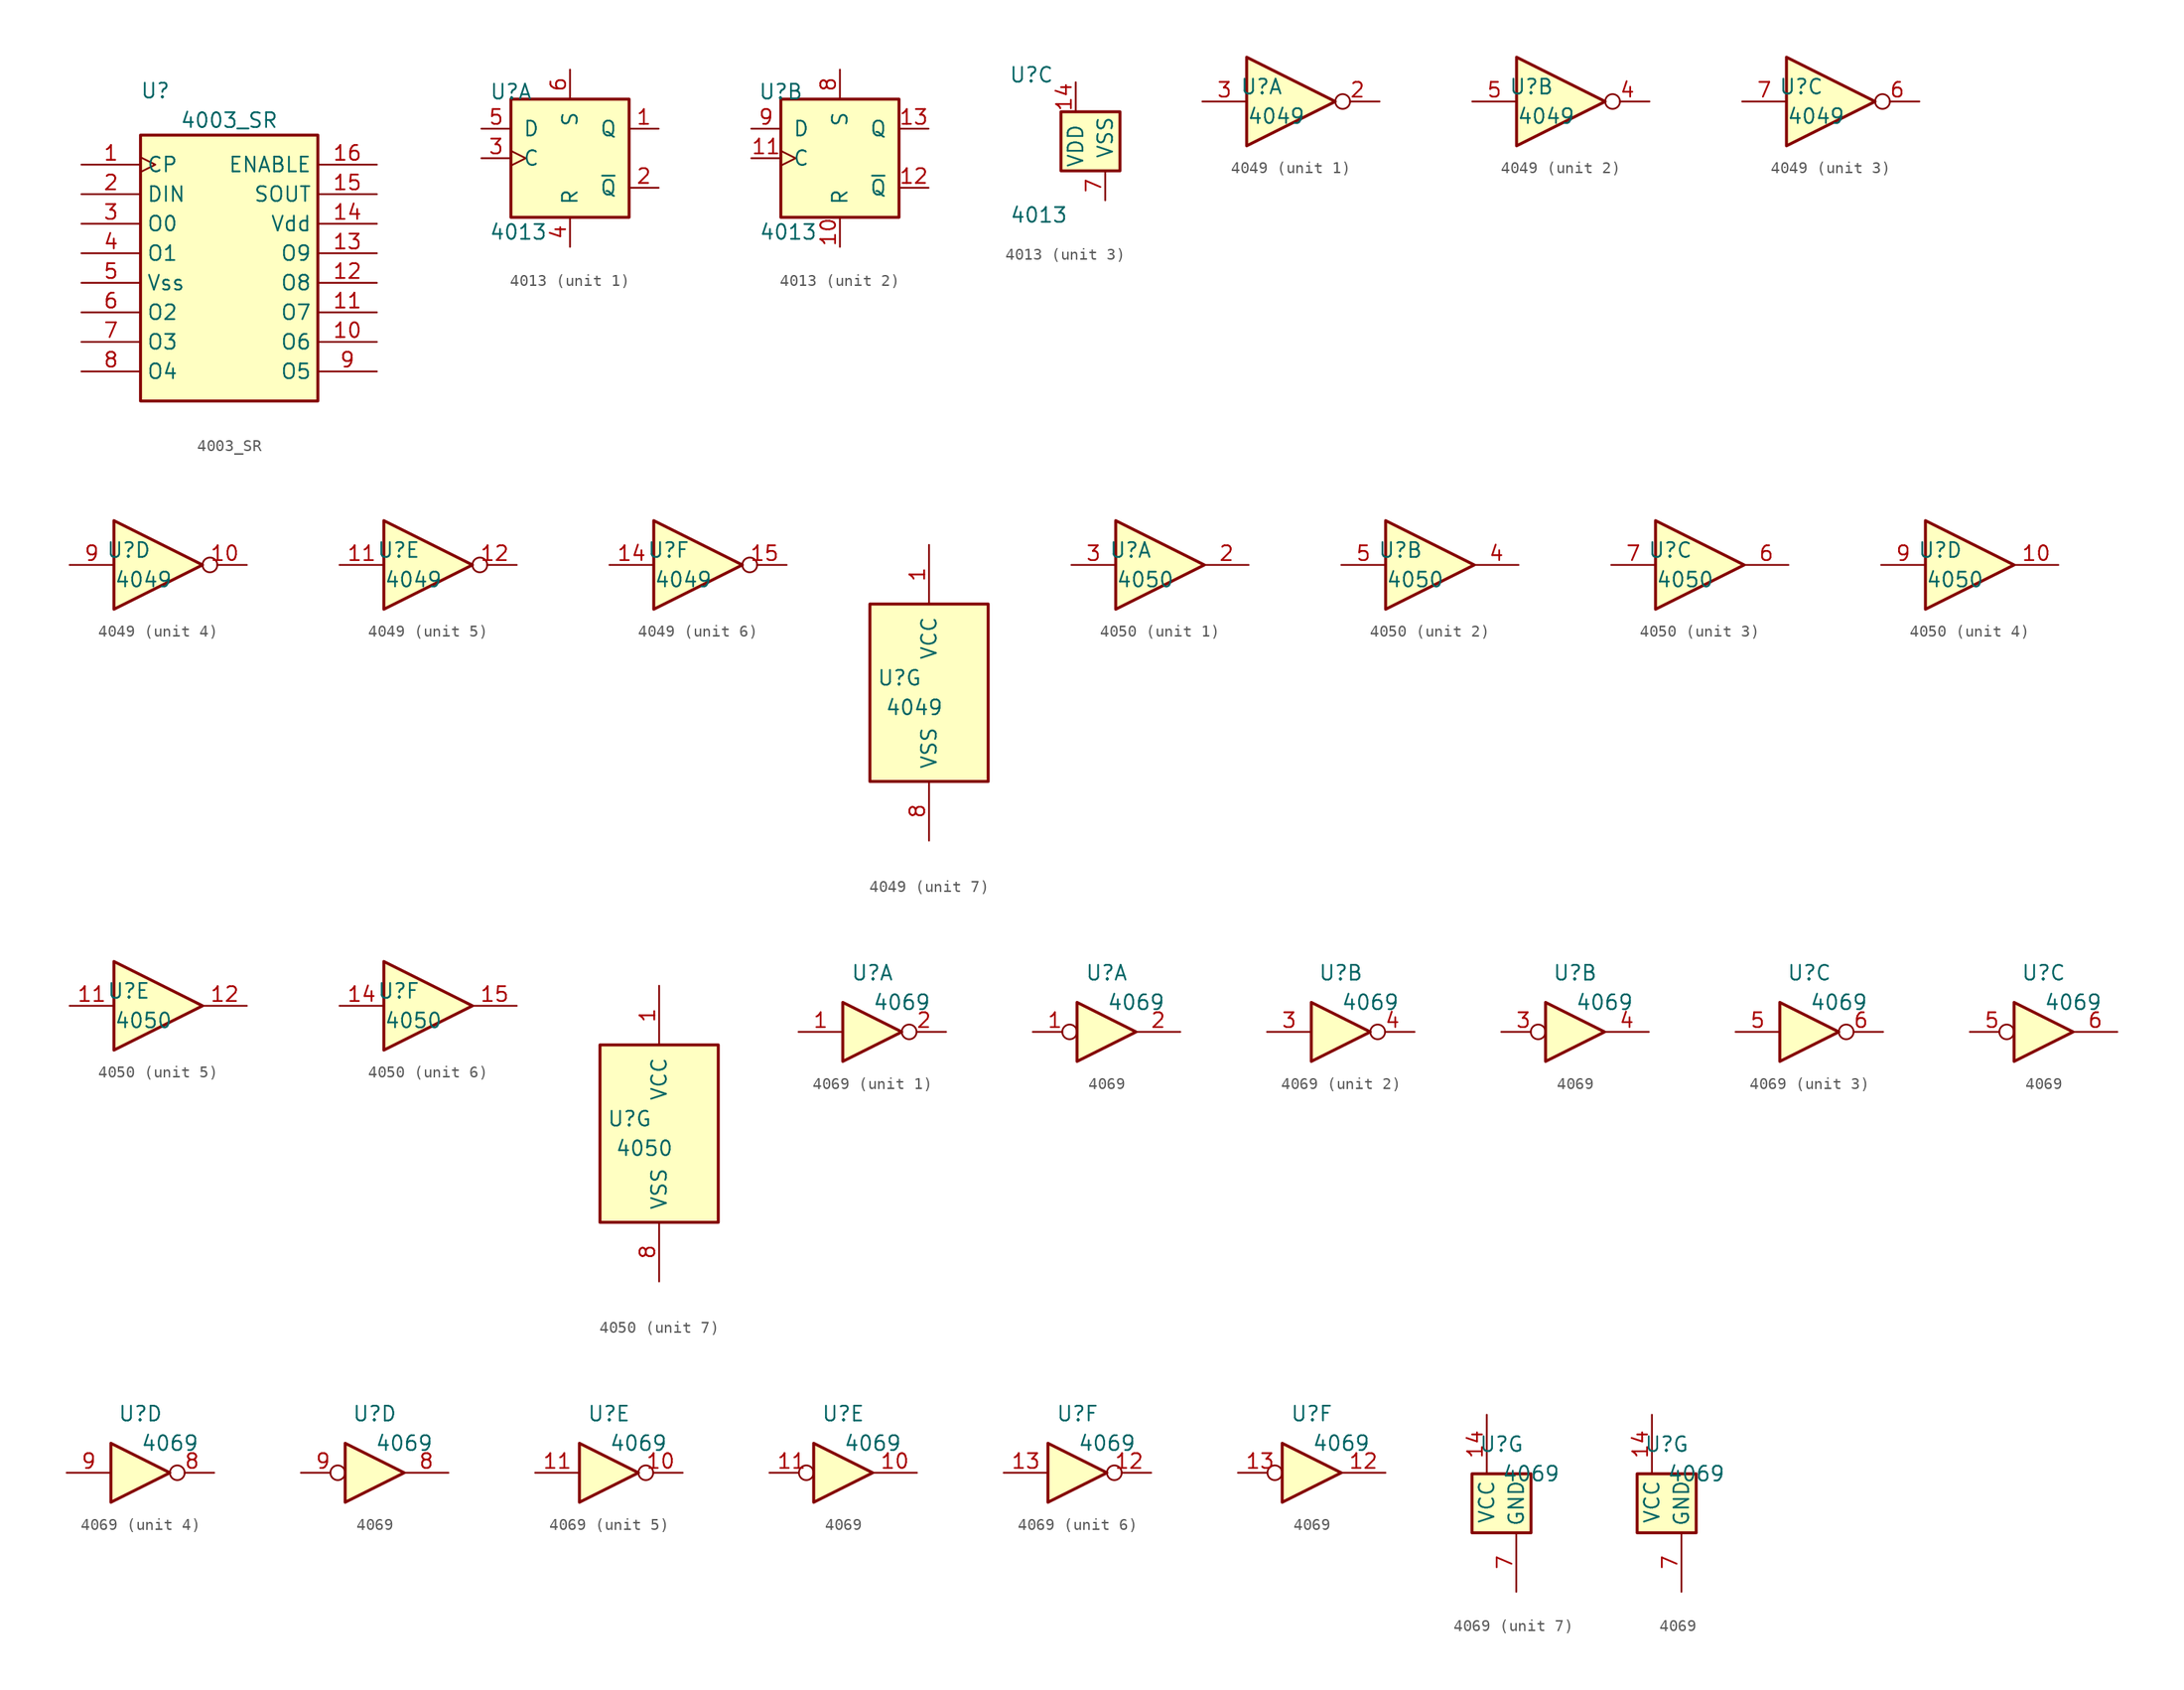
<source format=kicad_sym>
(kicad_symbol_lib
  (version 20220914)
  (generator kicad_symbol_editor)
  (symbol "4003_SR"
    (property "Reference" "U"
      (at -6.35 13.97 0)
      (effects (font (size 1.27 1.27))))
    (property "Value" "4003_SR"
      (at 0 11.43 0)
      (effects (font (size 1.27 1.27))))
    (symbol "4003_SR_1_0"
      (pin input clock (at -12.7 7.62 0) (length 5.08) (name "CP" (effects (font (size 1.27 1.27)))) (number "1" (effects (font (size 1.27 1.27)))))
      (pin output line (at 12.7 -7.62 180) (length 5.08) (name "O6" (effects (font (size 1.27 1.27)))) (number "10" (effects (font (size 1.27 1.27)))))
      (pin output line (at 12.7 -5.08 180) (length 5.08) (name "O7" (effects (font (size 1.27 1.27)))) (number "11" (effects (font (size 1.27 1.27)))))
      (pin output line (at 12.7 -2.54 180) (length 5.08) (name "O8" (effects (font (size 1.27 1.27)))) (number "12" (effects (font (size 1.27 1.27)))))
      (pin output line (at 12.7 0 180) (length 5.08) (name "O9" (effects (font (size 1.27 1.27)))) (number "13" (effects (font (size 1.27 1.27)))))
      (pin power_in line (at 12.7 2.54 180) (length 5.08) (name "Vdd" (effects (font (size 1.27 1.27)))) (number "14" (effects (font (size 1.27 1.27)))))
      (pin output line (at 12.7 5.08 180) (length 5.08) (name "SOUT" (effects (font (size 1.27 1.27)))) (number "15" (effects (font (size 1.27 1.27)))))
      (pin input line (at 12.7 7.62 180) (length 5.08) (name "ENABLE" (effects (font (size 1.27 1.27)))) (number "16" (effects (font (size 1.27 1.27)))))
      (pin input line (at -12.7 5.08 0) (length 5.08) (name "DIN" (effects (font (size 1.27 1.27)))) (number "2" (effects (font (size 1.27 1.27)))))
      (pin output line (at -12.7 2.54 0) (length 5.08) (name "O0" (effects (font (size 1.27 1.27)))) (number "3" (effects (font (size 1.27 1.27)))))
      (pin output line (at -12.7 0 0) (length 5.08) (name "O1" (effects (font (size 1.27 1.27)))) (number "4" (effects (font (size 1.27 1.27)))))
      (pin power_in line (at -12.7 -2.54 0) (length 5.08) (name "Vss" (effects (font (size 1.27 1.27)))) (number "5" (effects (font (size 1.27 1.27)))))
      (pin output line (at -12.7 -5.08 0) (length 5.08) (name "O2" (effects (font (size 1.27 1.27)))) (number "6" (effects (font (size 1.27 1.27)))))
      (pin output line (at -12.7 -7.62 0) (length 5.08) (name "O3" (effects (font (size 1.27 1.27)))) (number "7" (effects (font (size 1.27 1.27)))))
      (pin output line (at -12.7 -10.16 0) (length 5.08) (name "O4" (effects (font (size 1.27 1.27)))) (number "8" (effects (font (size 1.27 1.27)))))
      (pin output line (at 12.7 -10.16 180) (length 5.08) (name "O5" (effects (font (size 1.27 1.27)))) (number "9" (effects (font (size 1.27 1.27))))))
    (symbol "4003_SR_1_1"
      (rectangle (start -7.62 10.16) (end 7.62 -12.7) (stroke (width 0.254) (type default)) (fill (type background)))))
  (symbol "4013"
    (pin_names
      (offset 1.016))
    (property "Reference" "U"
      (at -5.08 5.715 0)
      (effects (font (size 1.27 1.27))))
    (property "Value" "4013"
      (at -4.445 -6.35 0)
      (effects (font (size 1.27 1.27))))
    (property "ki_locked" ""
      (at 0 0 0)
      (effects (font (size 1.27 1.27))))
    (symbol "4013_1_1"
      (rectangle (start -5.08 5.08) (end 5.08 -5.08) (stroke (width 0.254) (type default)) (fill (type background)))
      (pin output line (at 7.62 2.54 180) (length 2.54) (name "Q" (effects (font (size 1.27 1.27)))) (number "1" (effects (font (size 1.27 1.27)))))
      (pin output line (at 7.62 -2.54 180) (length 2.54) (name "~{Q}" (effects (font (size 1.27 1.27)))) (number "2" (effects (font (size 1.27 1.27)))))
      (pin input clock (at -7.62 0 0) (length 2.54) (name "C" (effects (font (size 1.27 1.27)))) (number "3" (effects (font (size 1.27 1.27)))))
      (pin input line (at 0 -7.62 90) (length 2.54) (name "R" (effects (font (size 1.27 1.27)))) (number "4" (effects (font (size 1.27 1.27)))))
      (pin input line (at -7.62 2.54 0) (length 2.54) (name "D" (effects (font (size 1.27 1.27)))) (number "5" (effects (font (size 1.27 1.27)))))
      (pin input line (at 0 7.62 270) (length 2.54) (name "S" (effects (font (size 1.27 1.27)))) (number "6" (effects (font (size 1.27 1.27))))))
    (symbol "4013_2_1"
      (rectangle (start -5.08 5.08) (end 5.08 -5.08) (stroke (width 0.254) (type default)) (fill (type background)))
      (pin input line (at 0 -7.62 90) (length 2.54) (name "R" (effects (font (size 1.27 1.27)))) (number "10" (effects (font (size 1.27 1.27)))))
      (pin input clock (at -7.62 0 0) (length 2.54) (name "C" (effects (font (size 1.27 1.27)))) (number "11" (effects (font (size 1.27 1.27)))))
      (pin output line (at 7.62 -2.54 180) (length 2.54) (name "~{Q}" (effects (font (size 1.27 1.27)))) (number "12" (effects (font (size 1.27 1.27)))))
      (pin output line (at 7.62 2.54 180) (length 2.54) (name "Q" (effects (font (size 1.27 1.27)))) (number "13" (effects (font (size 1.27 1.27)))))
      (pin input line (at 0 7.62 270) (length 2.54) (name "S" (effects (font (size 1.27 1.27)))) (number "8" (effects (font (size 1.27 1.27)))))
      (pin input line (at -7.62 2.54 0) (length 2.54) (name "D" (effects (font (size 1.27 1.27)))) (number "9" (effects (font (size 1.27 1.27))))))
    (symbol "4013_3_0"
      (pin power_in line (at -1.27 5.08 270) (length 2.54) (name "VDD" (effects (font (size 1.27 1.27)))) (number "14" (effects (font (size 1.27 1.27)))))
      (pin power_in line (at 1.27 -5.08 90) (length 2.54) (name "VSS" (effects (font (size 1.27 1.27)))) (number "7" (effects (font (size 1.27 1.27))))))
    (symbol "4013_3_1"
      (rectangle (start -2.54 2.54) (end 2.54 -2.54) (stroke (width 0.254) (type default)) (fill (type background)))))
  (symbol "4049"
    (pin_names
      (offset 1.016))
    (property "Reference" "U"
      (at -2.54 1.27 0)
      (effects (font (size 1.27 1.27))))
    (property "Value" "4049"
      (at -1.27 -1.27 0)
      (effects (font (size 1.27 1.27))))
    (property "ki_locked" ""
      (at 0 0 0)
      (effects (font (size 1.27 1.27))))
    (symbol "4049_1_0"
      (polyline (pts (xy -3.81 3.81) (xy -3.81 -3.81) (xy 3.81 0) (xy -3.81 3.81)) (stroke (width 0.254) (type default)) (fill (type background)))
      (pin output inverted (at 7.62 0 180) (length 3.81) (name "~" (effects (font (size 1.27 1.27)))) (number "2" (effects (font (size 1.27 1.27)))))
      (pin input line (at -7.62 0 0) (length 3.81) (name "~" (effects (font (size 1.27 1.27)))) (number "3" (effects (font (size 1.27 1.27))))))
    (symbol "4049_2_0"
      (polyline (pts (xy -3.81 3.81) (xy -3.81 -3.81) (xy 3.81 0) (xy -3.81 3.81)) (stroke (width 0.254) (type default)) (fill (type background)))
      (pin output inverted (at 7.62 0 180) (length 3.81) (name "~" (effects (font (size 1.27 1.27)))) (number "4" (effects (font (size 1.27 1.27)))))
      (pin input line (at -7.62 0 0) (length 3.81) (name "~" (effects (font (size 1.27 1.27)))) (number "5" (effects (font (size 1.27 1.27))))))
    (symbol "4049_3_0"
      (polyline (pts (xy -3.81 3.81) (xy -3.81 -3.81) (xy 3.81 0) (xy -3.81 3.81)) (stroke (width 0.254) (type default)) (fill (type background)))
      (pin output inverted (at 7.62 0 180) (length 3.81) (name "~" (effects (font (size 1.27 1.27)))) (number "6" (effects (font (size 1.27 1.27)))))
      (pin input line (at -7.62 0 0) (length 3.81) (name "~" (effects (font (size 1.27 1.27)))) (number "7" (effects (font (size 1.27 1.27))))))
    (symbol "4049_4_0"
      (polyline (pts (xy -3.81 3.81) (xy -3.81 -3.81) (xy 3.81 0) (xy -3.81 3.81)) (stroke (width 0.254) (type default)) (fill (type background)))
      (pin output inverted (at 7.62 0 180) (length 3.81) (name "~" (effects (font (size 1.27 1.27)))) (number "10" (effects (font (size 1.27 1.27)))))
      (pin input line (at -7.62 0 0) (length 3.81) (name "~" (effects (font (size 1.27 1.27)))) (number "9" (effects (font (size 1.27 1.27))))))
    (symbol "4049_5_0"
      (polyline (pts (xy -3.81 3.81) (xy -3.81 -3.81) (xy 3.81 0) (xy -3.81 3.81)) (stroke (width 0.254) (type default)) (fill (type background)))
      (pin input line (at -7.62 0 0) (length 3.81) (name "~" (effects (font (size 1.27 1.27)))) (number "11" (effects (font (size 1.27 1.27)))))
      (pin output inverted (at 7.62 0 180) (length 3.81) (name "~" (effects (font (size 1.27 1.27)))) (number "12" (effects (font (size 1.27 1.27))))))
    (symbol "4049_6_0"
      (polyline (pts (xy -3.81 3.81) (xy -3.81 -3.81) (xy 3.81 0) (xy -3.81 3.81)) (stroke (width 0.254) (type default)) (fill (type background)))
      (pin input line (at -7.62 0 0) (length 3.81) (name "~" (effects (font (size 1.27 1.27)))) (number "14" (effects (font (size 1.27 1.27)))))
      (pin output inverted (at 7.62 0 180) (length 3.81) (name "~" (effects (font (size 1.27 1.27)))) (number "15" (effects (font (size 1.27 1.27))))))
    (symbol "4049_7_0"
      (pin power_in line (at 0 12.7 270) (length 5.08) (name "VCC" (effects (font (size 1.27 1.27)))) (number "1" (effects (font (size 1.27 1.27)))))
      (pin power_in line (at 0 -12.7 90) (length 5.08) (name "VSS" (effects (font (size 1.27 1.27)))) (number "8" (effects (font (size 1.27 1.27))))))
    (symbol "4049_7_1"
      (rectangle (start -5.08 7.62) (end 5.08 -7.62) (stroke (width 0.254) (type default)) (fill (type background)))))
  (symbol "4050"
    (pin_names
      (offset 1.016))
    (property "Reference" "U"
      (at -2.54 1.27 0)
      (effects (font (size 1.27 1.27))))
    (property "Value" "4050"
      (at -1.27 -1.27 0)
      (effects (font (size 1.27 1.27))))
    (property "ki_locked" ""
      (at 0 0 0)
      (effects (font (size 1.27 1.27))))
    (symbol "4050_1_0"
      (polyline (pts (xy -3.81 3.81) (xy -3.81 -3.81) (xy 3.81 0) (xy -3.81 3.81)) (stroke (width 0.254) (type default)) (fill (type background)))
      (pin output line (at 7.62 0 180) (length 3.81) (name "~" (effects (font (size 1.27 1.27)))) (number "2" (effects (font (size 1.27 1.27)))))
      (pin input line (at -7.62 0 0) (length 3.81) (name "~" (effects (font (size 1.27 1.27)))) (number "3" (effects (font (size 1.27 1.27))))))
    (symbol "4050_2_0"
      (polyline (pts (xy -3.81 3.81) (xy -3.81 -3.81) (xy 3.81 0) (xy -3.81 3.81)) (stroke (width 0.254) (type default)) (fill (type background)))
      (pin output line (at 7.62 0 180) (length 3.81) (name "~" (effects (font (size 1.27 1.27)))) (number "4" (effects (font (size 1.27 1.27)))))
      (pin input line (at -7.62 0 0) (length 3.81) (name "~" (effects (font (size 1.27 1.27)))) (number "5" (effects (font (size 1.27 1.27))))))
    (symbol "4050_3_0"
      (polyline (pts (xy -3.81 3.81) (xy -3.81 -3.81) (xy 3.81 0) (xy -3.81 3.81)) (stroke (width 0.254) (type default)) (fill (type background)))
      (pin output line (at 7.62 0 180) (length 3.81) (name "~" (effects (font (size 1.27 1.27)))) (number "6" (effects (font (size 1.27 1.27)))))
      (pin input line (at -7.62 0 0) (length 3.81) (name "~" (effects (font (size 1.27 1.27)))) (number "7" (effects (font (size 1.27 1.27))))))
    (symbol "4050_4_0"
      (polyline (pts (xy -3.81 3.81) (xy -3.81 -3.81) (xy 3.81 0) (xy -3.81 3.81)) (stroke (width 0.254) (type default)) (fill (type background)))
      (pin output line (at 7.62 0 180) (length 3.81) (name "~" (effects (font (size 1.27 1.27)))) (number "10" (effects (font (size 1.27 1.27)))))
      (pin input line (at -7.62 0 0) (length 3.81) (name "~" (effects (font (size 1.27 1.27)))) (number "9" (effects (font (size 1.27 1.27))))))
    (symbol "4050_5_0"
      (polyline (pts (xy -3.81 3.81) (xy -3.81 -3.81) (xy 3.81 0) (xy -3.81 3.81)) (stroke (width 0.254) (type default)) (fill (type background)))
      (pin input line (at -7.62 0 0) (length 3.81) (name "~" (effects (font (size 1.27 1.27)))) (number "11" (effects (font (size 1.27 1.27)))))
      (pin output line (at 7.62 0 180) (length 3.81) (name "~" (effects (font (size 1.27 1.27)))) (number "12" (effects (font (size 1.27 1.27))))))
    (symbol "4050_6_0"
      (polyline (pts (xy -3.81 3.81) (xy -3.81 -3.81) (xy 3.81 0) (xy -3.81 3.81)) (stroke (width 0.254) (type default)) (fill (type background)))
      (pin input line (at -7.62 0 0) (length 3.81) (name "~" (effects (font (size 1.27 1.27)))) (number "14" (effects (font (size 1.27 1.27)))))
      (pin output line (at 7.62 0 180) (length 3.81) (name "~" (effects (font (size 1.27 1.27)))) (number "15" (effects (font (size 1.27 1.27))))))
    (symbol "4050_7_0"
      (pin power_in line (at 0 12.7 270) (length 5.08) (name "VCC" (effects (font (size 1.27 1.27)))) (number "1" (effects (font (size 1.27 1.27)))))
      (pin power_in line (at 0 -12.7 90) (length 5.08) (name "VSS" (effects (font (size 1.27 1.27)))) (number "8" (effects (font (size 1.27 1.27))))))
    (symbol "4050_7_1"
      (rectangle (start -5.08 7.62) (end 5.08 -7.62) (stroke (width 0.254) (type default)) (fill (type background)))))
  (symbol "4069"
    (property "Reference" "U"
      (at 0 5.08 0)
      (effects (font (size 1.27 1.27))))
    (property "Value" "4069"
      (at 2.54 2.54 0)
      (effects (font (size 1.27 1.27))))
    (property "ki_locked" ""
      (at 0 0 0)
      (effects (font (size 1.27 1.27))))
    (symbol "4069_1_0"
      (polyline (pts (xy -2.54 2.54) (xy -2.54 -2.54) (xy 2.54 0) (xy -2.54 2.54)) (stroke (width 0.254) (type default)) (fill (type background))))
    (symbol "4069_1_1"
      (pin input line (at -6.35 0 0) (length 3.81) (name "~" (effects (font (size 1.27 1.27)))) (number "1" (effects (font (size 1.27 1.27)))))
      (pin output inverted (at 6.35 0 180) (length 3.81) (name "~" (effects (font (size 1.27 1.27)))) (number "2" (effects (font (size 1.27 1.27))))))
    (symbol "4069_1_2"
      (pin input inverted (at -6.35 0 0) (length 3.81) (name "~" (effects (font (size 1.27 1.27)))) (number "1" (effects (font (size 1.27 1.27)))))
      (pin output line (at 6.35 0 180) (length 3.81) (name "~" (effects (font (size 1.27 1.27)))) (number "2" (effects (font (size 1.27 1.27))))))
    (symbol "4069_2_0"
      (polyline (pts (xy -2.54 2.54) (xy -2.54 -2.54) (xy 2.54 0) (xy -2.54 2.54)) (stroke (width 0.254) (type default)) (fill (type background))))
    (symbol "4069_2_1"
      (pin input line (at -6.35 0 0) (length 3.81) (name "~" (effects (font (size 1.27 1.27)))) (number "3" (effects (font (size 1.27 1.27)))))
      (pin output inverted (at 6.35 0 180) (length 3.81) (name "~" (effects (font (size 1.27 1.27)))) (number "4" (effects (font (size 1.27 1.27))))))
    (symbol "4069_2_2"
      (pin input inverted (at -6.35 0 0) (length 3.81) (name "~" (effects (font (size 1.27 1.27)))) (number "3" (effects (font (size 1.27 1.27)))))
      (pin output line (at 6.35 0 180) (length 3.81) (name "~" (effects (font (size 1.27 1.27)))) (number "4" (effects (font (size 1.27 1.27))))))
    (symbol "4069_3_0"
      (polyline (pts (xy -2.54 2.54) (xy -2.54 -2.54) (xy 2.54 0) (xy -2.54 2.54)) (stroke (width 0.254) (type default)) (fill (type background))))
    (symbol "4069_3_1"
      (pin input line (at -6.35 0 0) (length 3.81) (name "~" (effects (font (size 1.27 1.27)))) (number "5" (effects (font (size 1.27 1.27)))))
      (pin output inverted (at 6.35 0 180) (length 3.81) (name "~" (effects (font (size 1.27 1.27)))) (number "6" (effects (font (size 1.27 1.27))))))
    (symbol "4069_3_2"
      (pin input inverted (at -6.35 0 0) (length 3.81) (name "~" (effects (font (size 1.27 1.27)))) (number "5" (effects (font (size 1.27 1.27)))))
      (pin output line (at 6.35 0 180) (length 3.81) (name "~" (effects (font (size 1.27 1.27)))) (number "6" (effects (font (size 1.27 1.27))))))
    (symbol "4069_4_0"
      (polyline (pts (xy -2.54 2.54) (xy -2.54 -2.54) (xy 2.54 0) (xy -2.54 2.54)) (stroke (width 0.254) (type default)) (fill (type background))))
    (symbol "4069_4_1"
      (pin output inverted (at 6.35 0 180) (length 3.81) (name "~" (effects (font (size 1.27 1.27)))) (number "8" (effects (font (size 1.27 1.27)))))
      (pin input line (at -6.35 0 0) (length 3.81) (name "~" (effects (font (size 1.27 1.27)))) (number "9" (effects (font (size 1.27 1.27))))))
    (symbol "4069_4_2"
      (pin output line (at 6.35 0 180) (length 3.81) (name "~" (effects (font (size 1.27 1.27)))) (number "8" (effects (font (size 1.27 1.27)))))
      (pin input inverted (at -6.35 0 0) (length 3.81) (name "~" (effects (font (size 1.27 1.27)))) (number "9" (effects (font (size 1.27 1.27))))))
    (symbol "4069_5_0"
      (polyline (pts (xy -2.54 2.54) (xy -2.54 -2.54) (xy 2.54 0) (xy -2.54 2.54)) (stroke (width 0.254) (type default)) (fill (type background))))
    (symbol "4069_5_1"
      (pin output inverted (at 6.35 0 180) (length 3.81) (name "~" (effects (font (size 1.27 1.27)))) (number "10" (effects (font (size 1.27 1.27)))))
      (pin input line (at -6.35 0 0) (length 3.81) (name "~" (effects (font (size 1.27 1.27)))) (number "11" (effects (font (size 1.27 1.27))))))
    (symbol "4069_5_2"
      (pin output line (at 6.35 0 180) (length 3.81) (name "~" (effects (font (size 1.27 1.27)))) (number "10" (effects (font (size 1.27 1.27)))))
      (pin input inverted (at -6.35 0 0) (length 3.81) (name "~" (effects (font (size 1.27 1.27)))) (number "11" (effects (font (size 1.27 1.27))))))
    (symbol "4069_6_0"
      (polyline (pts (xy -2.54 2.54) (xy -2.54 -2.54) (xy 2.54 0) (xy -2.54 2.54)) (stroke (width 0.254) (type default)) (fill (type background))))
    (symbol "4069_6_1"
      (pin output inverted (at 6.35 0 180) (length 3.81) (name "~" (effects (font (size 1.27 1.27)))) (number "12" (effects (font (size 1.27 1.27)))))
      (pin input line (at -6.35 0 0) (length 3.81) (name "~" (effects (font (size 1.27 1.27)))) (number "13" (effects (font (size 1.27 1.27))))))
    (symbol "4069_6_2"
      (pin output line (at 6.35 0 180) (length 3.81) (name "~" (effects (font (size 1.27 1.27)))) (number "12" (effects (font (size 1.27 1.27)))))
      (pin input inverted (at -6.35 0 0) (length 3.81) (name "~" (effects (font (size 1.27 1.27)))) (number "13" (effects (font (size 1.27 1.27))))))
    (symbol "4069_7_0"
      (rectangle (start -2.54 2.54) (end 2.54 -2.54) (stroke (width 0.254) (type default)) (fill (type background)))
      (pin power_in line (at -1.27 7.62 270) (length 5.08) (name "VCC" (effects (font (size 1.27 1.27)))) (number "14" (effects (font (size 1.27 1.27)))))
      (pin power_in line (at 1.27 -7.62 90) (length 5.08) (name "GND" (effects (font (size 1.27 1.27)))) (number "7" (effects (font (size 1.27 1.27))))))))
</source>
